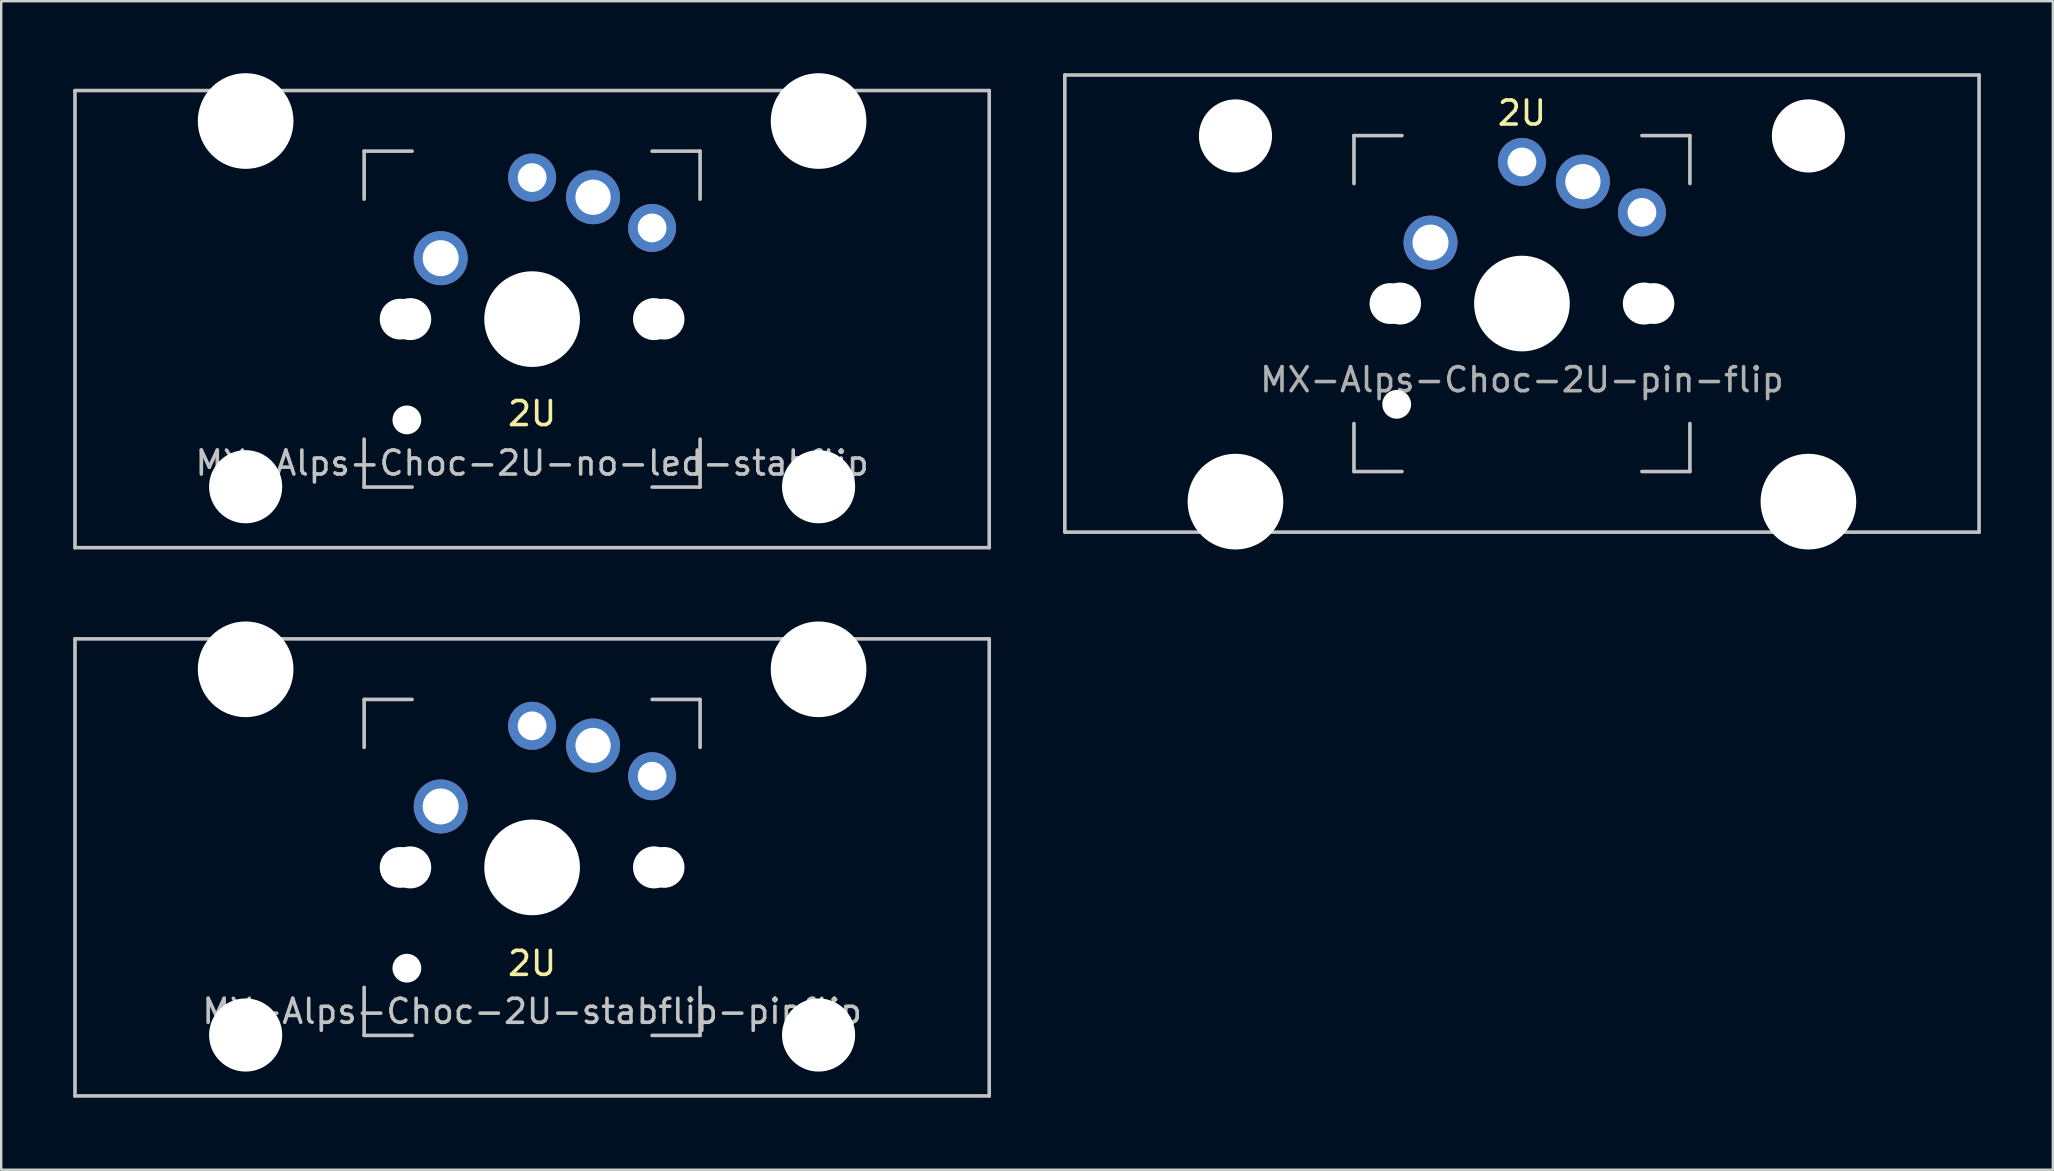
<source format=kicad_pcb>
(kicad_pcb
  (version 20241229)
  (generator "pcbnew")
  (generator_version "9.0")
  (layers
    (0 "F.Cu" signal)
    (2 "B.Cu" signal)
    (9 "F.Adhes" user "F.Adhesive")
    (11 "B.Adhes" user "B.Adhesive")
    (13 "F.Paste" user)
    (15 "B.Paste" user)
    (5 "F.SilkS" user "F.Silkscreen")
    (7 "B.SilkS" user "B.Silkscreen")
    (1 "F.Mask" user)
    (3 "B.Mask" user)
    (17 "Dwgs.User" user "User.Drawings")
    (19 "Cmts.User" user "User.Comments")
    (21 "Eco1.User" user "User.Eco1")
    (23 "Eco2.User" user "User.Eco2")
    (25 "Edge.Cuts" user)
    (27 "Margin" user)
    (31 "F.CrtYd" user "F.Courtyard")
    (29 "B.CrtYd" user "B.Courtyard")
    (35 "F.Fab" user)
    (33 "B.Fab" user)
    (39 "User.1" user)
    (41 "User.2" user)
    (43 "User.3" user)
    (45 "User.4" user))
  (footprint "MX-Alps-Choc-2U-pin-flip"
    (layer "F.Cu")
    (at 60.375 9.6)
    (property "Reference" "MX-Alps-Choc-2U-pin-flip" (at 0 3.175 0) (layer "F.Fab") (effects (font (size 1 1) (thickness 0.15))))
    (property "Value" "2U" (at 0 -7.938 0) (layer "B.SilkS") (hide yes) (effects (font (size 1 1) (thickness 0.15)) (justify mirror)))
    (attr through_hole)
    (fp_line (start -19.05 -9.525) (end 19.05 -9.525) (stroke (width 0.15) (type solid)) (layer "Dwgs.User"))
    (fp_line (start -19.05 9.525) (end -19.05 -9.525) (stroke (width 0.15) (type solid)) (layer "Dwgs.User"))
    (fp_line (start -7 -7) (end -7 -5) (stroke (width 0.15) (type solid)) (layer "Dwgs.User"))
    (fp_line (start -7 5) (end -7 7) (stroke (width 0.15) (type solid)) (layer "Dwgs.User"))
    (fp_line (start -7 7) (end -5 7) (stroke (width 0.15) (type solid)) (layer "Dwgs.User"))
    (fp_line (start -5 -7) (end -7 -7) (stroke (width 0.15) (type solid)) (layer "Dwgs.User"))
    (fp_line (start 5 -7) (end 7 -7) (stroke (width 0.15) (type solid)) (layer "Dwgs.User"))
    (fp_line (start 5 7) (end 7 7) (stroke (width 0.15) (type solid)) (layer "Dwgs.User"))
    (fp_line (start 7 -7) (end 7 -5) (stroke (width 0.15) (type solid)) (layer "Dwgs.User"))
    (fp_line (start 7 7) (end 7 5) (stroke (width 0.15) (type solid)) (layer "Dwgs.User"))
    (fp_line (start 19.05 -9.525) (end 19.05 9.525) (stroke (width 0.15) (type solid)) (layer "Dwgs.User"))
    (fp_line (start 19.05 9.525) (end -19.05 9.525) (stroke (width 0.15) (type solid)) (layer "Dwgs.User"))
    (fp_text user "${VALUE}" (at 0 -7.938 0) (layer "F.SilkS") (effects (font (size 1 1) (thickness 0.15))))
    (pad "" np_thru_hole circle (at -11.938 -6.985) (size 3.048 3.048) (drill 3.048) (layers "*.Cu" "*.Mask"))
    (pad "" np_thru_hole circle (at -11.938 8.255) (size 3.988 3.988) (drill 3.988) (layers "*.Cu" "*.Mask"))
    (pad "" np_thru_hole circle (at -5.5 0 48.1) (size 1.7 1.7) (drill 1.7) (layers "*.Cu" "*.Mask"))
    (pad "" np_thru_hole circle (at -5.22 4.2 48.1) (size 1.2 1.2) (drill 1.2) (layers "*.Cu" "*.Mask"))
    (pad "" np_thru_hole circle (at -5.08 0 48.1) (size 1.75 1.75) (drill 1.75) (layers "*.Cu" "*.Mask"))
    (pad "" np_thru_hole circle (at 0 0) (size 3.988 3.988) (drill 3.988) (layers "*.Cu" "*.Mask"))
    (pad "" np_thru_hole circle (at 5.08 0 48.1) (size 1.75 1.75) (drill 1.75) (layers "*.Cu" "*.Mask"))
    (pad "" np_thru_hole circle (at 5.5 0 48.1) (size 1.7 1.7) (drill 1.7) (layers "*.Cu" "*.Mask"))
    (pad "" np_thru_hole circle (at 11.938 -6.985) (size 3.048 3.048) (drill 3.048) (layers "*.Cu" "*.Mask"))
    (pad "" np_thru_hole circle (at 11.938 8.255) (size 3.988 3.988) (drill 3.988) (layers "*.Cu" "*.Mask"))
    (pad "1" thru_hole circle (at 2.54 -5.08) (size 2.25 2.25) (drill 1.47) (layers "*.Cu" "*.Mask"))
    (pad "1" thru_hole circle (at 5 -3.8) (size 2 2) (drill 1.2) (layers "*.Cu" "*.Mask"))
    (pad "2" thru_hole circle (at -3.81 -2.54 48.1) (size 2.25 2.25) (drill 1.5) (layers "*.Cu" "*.Mask"))
    (pad "2" thru_hole circle (at 0 -5.9) (size 2 2) (drill 1.2) (layers "*.Cu" "*.Mask")))
  (footprint "MX-Alps-Choc-2U-no-led-stabflip"
    (layer "F.Cu")
    (at 19.125 10.249)
    (property "Reference" "MX-Alps-Choc-2U-no-led-stabflip" (at 0 6 0) (layer "Dwgs.User") (effects (font (size 1 1) (thickness 0.15))))
    (property "Value" "2U" (at 0 3.938 180) (layer "B.SilkS") (hide yes) (effects (font (size 1 1) (thickness 0.15)) (justify mirror)))
    (attr through_hole)
    (fp_line (start -19.05 -9.525) (end 19.05 -9.525) (stroke (width 0.15) (type solid)) (layer "Dwgs.User"))
    (fp_line (start -19.05 9.525) (end -19.05 -9.525) (stroke (width 0.15) (type solid)) (layer "Dwgs.User"))
    (fp_line (start -7 -7) (end -7 -5) (stroke (width 0.15) (type solid)) (layer "Dwgs.User"))
    (fp_line (start -7 5) (end -7 7) (stroke (width 0.15) (type solid)) (layer "Dwgs.User"))
    (fp_line (start -7 7) (end -5 7) (stroke (width 0.15) (type solid)) (layer "Dwgs.User"))
    (fp_line (start -5 -7) (end -7 -7) (stroke (width 0.15) (type solid)) (layer "Dwgs.User"))
    (fp_line (start 5 -7) (end 7 -7) (stroke (width 0.15) (type solid)) (layer "Dwgs.User"))
    (fp_line (start 5 7) (end 7 7) (stroke (width 0.15) (type solid)) (layer "Dwgs.User"))
    (fp_line (start 7 -7) (end 7 -5) (stroke (width 0.15) (type solid)) (layer "Dwgs.User"))
    (fp_line (start 7 7) (end 7 5) (stroke (width 0.15) (type solid)) (layer "Dwgs.User"))
    (fp_line (start 19.05 -9.525) (end 19.05 9.525) (stroke (width 0.15) (type solid)) (layer "Dwgs.User"))
    (fp_line (start 19.05 9.525) (end -19.05 9.525) (stroke (width 0.15) (type solid)) (layer "Dwgs.User"))
    (fp_text user "${VALUE}" (at 0 3.938 180) (layer "F.SilkS") (effects (font (size 1 1) (thickness 0.15))))
    (pad "" np_thru_hole circle (at -11.938 -8.255 180) (size 3.988 3.988) (drill 3.988) (layers "*.Cu" "*.Mask"))
    (pad "" np_thru_hole circle (at -11.938 6.985 180) (size 3.048 3.048) (drill 3.048) (layers "*.Cu" "*.Mask"))
    (pad "" np_thru_hole circle (at -5.5 0 48.1) (size 1.7 1.7) (drill 1.7) (layers "*.Cu" "*.Mask"))
    (pad "" np_thru_hole circle (at -5.22 4.2 48.1) (size 1.2 1.2) (drill 1.2) (layers "*.Cu" "*.Mask"))
    (pad "" np_thru_hole circle (at -5.08 0 48.1) (size 1.75 1.75) (drill 1.75) (layers "*.Cu" "*.Mask"))
    (pad "" np_thru_hole circle (at 0 0) (size 3.988 3.988) (drill 3.988) (layers "*.Cu" "*.Mask"))
    (pad "" np_thru_hole circle (at 5.08 0 48.1) (size 1.75 1.75) (drill 1.75) (layers "*.Cu" "*.Mask"))
    (pad "" np_thru_hole circle (at 5.5 0 48.1) (size 1.7 1.7) (drill 1.7) (layers "*.Cu" "*.Mask"))
    (pad "" np_thru_hole circle (at 11.938 -8.255 180) (size 3.988 3.988) (drill 3.988) (layers "*.Cu" "*.Mask"))
    (pad "" np_thru_hole circle (at 11.938 6.985 180) (size 3.048 3.048) (drill 3.048) (layers "*.Cu" "*.Mask"))
    (pad "1" thru_hole circle (at -3.81 -2.54 48.1) (size 2.25 2.25) (drill 1.5) (layers "*.Cu" "*.Mask"))
    (pad "1" thru_hole circle (at 0 -5.9) (size 2 2) (drill 1.2) (layers "*.Cu" "*.Mask"))
    (pad "2" thru_hole circle (at 2.54 -5.08) (size 2.25 2.25) (drill 1.47) (layers "*.Cu" "*.Mask"))
    (pad "2" thru_hole circle (at 5 -3.8) (size 2 2) (drill 1.2) (layers "*.Cu" "*.Mask")))
  (footprint "MX-Alps-Choc-2U-stabflip-pinflip"
    (layer "F.Cu")
    (at 19.125 33.098)
    (property "Reference" "MX-Alps-Choc-2U-stabflip-pinflip" (at 0 6 0) (layer "Dwgs.User") (effects (font (size 1 1) (thickness 0.15))))
    (property "Value" "2U" (at 0 4 180) (layer "B.SilkS") (hide yes) (effects (font (size 1 1) (thickness 0.15)) (justify mirror)))
    (attr through_hole)
    (fp_line (start -19.05 -9.525) (end 19.05 -9.525) (stroke (width 0.15) (type solid)) (layer "Dwgs.User"))
    (fp_line (start -19.05 9.525) (end -19.05 -9.525) (stroke (width 0.15) (type solid)) (layer "Dwgs.User"))
    (fp_line (start -7 -7) (end -7 -5) (stroke (width 0.15) (type solid)) (layer "Dwgs.User"))
    (fp_line (start -7 5) (end -7 7) (stroke (width 0.15) (type solid)) (layer "Dwgs.User"))
    (fp_line (start -7 7) (end -5 7) (stroke (width 0.15) (type solid)) (layer "Dwgs.User"))
    (fp_line (start -5 -7) (end -7 -7) (stroke (width 0.15) (type solid)) (layer "Dwgs.User"))
    (fp_line (start 5 -7) (end 7 -7) (stroke (width 0.15) (type solid)) (layer "Dwgs.User"))
    (fp_line (start 5 7) (end 7 7) (stroke (width 0.15) (type solid)) (layer "Dwgs.User"))
    (fp_line (start 7 -7) (end 7 -5) (stroke (width 0.15) (type solid)) (layer "Dwgs.User"))
    (fp_line (start 7 7) (end 7 5) (stroke (width 0.15) (type solid)) (layer "Dwgs.User"))
    (fp_line (start 19.05 -9.525) (end 19.05 9.525) (stroke (width 0.15) (type solid)) (layer "Dwgs.User"))
    (fp_line (start 19.05 9.525) (end -19.05 9.525) (stroke (width 0.15) (type solid)) (layer "Dwgs.User"))
    (fp_text user "${VALUE}" (at 0 4 180) (layer "F.SilkS") (effects (font (size 1 1) (thickness 0.15))))
    (pad "" np_thru_hole circle (at -11.938 -8.255 180) (size 3.988 3.988) (drill 3.988) (layers "*.Cu" "*.Mask"))
    (pad "" np_thru_hole circle (at -11.938 6.985 180) (size 3.048 3.048) (drill 3.048) (layers "*.Cu" "*.Mask"))
    (pad "" np_thru_hole circle (at -5.5 0 48.1) (size 1.7 1.7) (drill 1.7) (layers "*.Cu" "*.Mask"))
    (pad "" np_thru_hole circle (at -5.22 4.2 48.1) (size 1.2 1.2) (drill 1.2) (layers "*.Cu" "*.Mask"))
    (pad "" np_thru_hole circle (at -5.08 0 48.1) (size 1.75 1.75) (drill 1.75) (layers "*.Cu" "*.Mask"))
    (pad "" np_thru_hole circle (at 0 0) (size 3.988 3.988) (drill 3.988) (layers "*.Cu" "*.Mask"))
    (pad "" np_thru_hole circle (at 5.08 0 48.1) (size 1.75 1.75) (drill 1.75) (layers "*.Cu" "*.Mask"))
    (pad "" np_thru_hole circle (at 5.5 0 48.1) (size 1.7 1.7) (drill 1.7) (layers "*.Cu" "*.Mask"))
    (pad "" np_thru_hole circle (at 11.938 -8.255 180) (size 3.988 3.988) (drill 3.988) (layers "*.Cu" "*.Mask"))
    (pad "" np_thru_hole circle (at 11.938 6.985 180) (size 3.048 3.048) (drill 3.048) (layers "*.Cu" "*.Mask"))
    (pad "1" thru_hole circle (at 2.54 -5.08) (size 2.25 2.25) (drill 1.47) (layers "*.Cu" "*.Mask"))
    (pad "1" thru_hole circle (at 5 -3.8) (size 2 2) (drill 1.2) (layers "*.Cu" "*.Mask"))
    (pad "2" thru_hole circle (at -3.81 -2.54 48.1) (size 2.25 2.25) (drill 1.5) (layers "*.Cu" "*.Mask"))
    (pad "2" thru_hole circle (at 0 -5.9) (size 2 2) (drill 1.2) (layers "*.Cu" "*.Mask")))
  (gr_rect
    (start -3 -3)
    (end 82.5 45.698)
    (stroke (width 0.1) (type default))
    (fill no)
    (layer "Edge.Cuts")))
</source>
